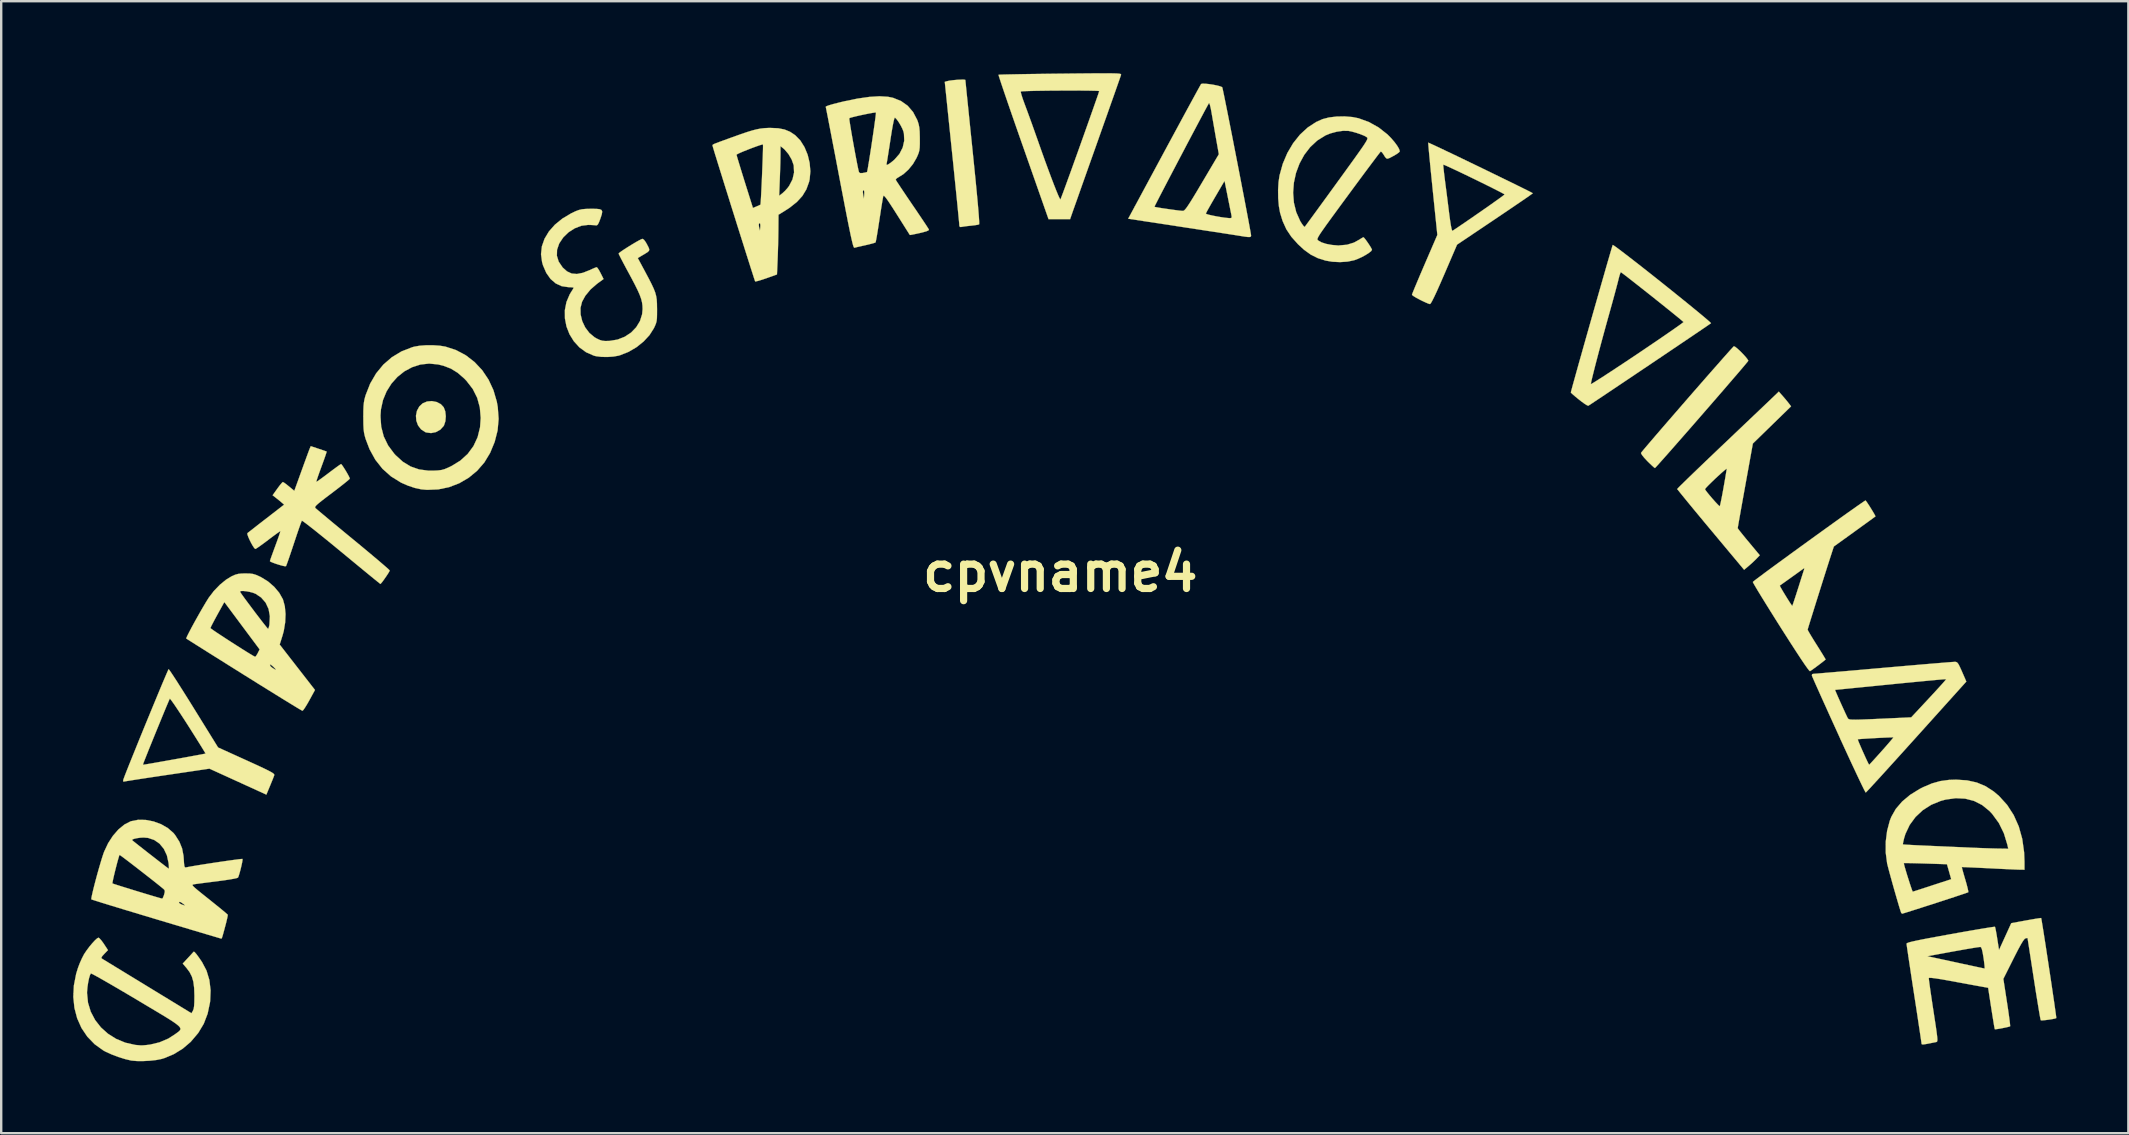
<source format=kicad_pcb>
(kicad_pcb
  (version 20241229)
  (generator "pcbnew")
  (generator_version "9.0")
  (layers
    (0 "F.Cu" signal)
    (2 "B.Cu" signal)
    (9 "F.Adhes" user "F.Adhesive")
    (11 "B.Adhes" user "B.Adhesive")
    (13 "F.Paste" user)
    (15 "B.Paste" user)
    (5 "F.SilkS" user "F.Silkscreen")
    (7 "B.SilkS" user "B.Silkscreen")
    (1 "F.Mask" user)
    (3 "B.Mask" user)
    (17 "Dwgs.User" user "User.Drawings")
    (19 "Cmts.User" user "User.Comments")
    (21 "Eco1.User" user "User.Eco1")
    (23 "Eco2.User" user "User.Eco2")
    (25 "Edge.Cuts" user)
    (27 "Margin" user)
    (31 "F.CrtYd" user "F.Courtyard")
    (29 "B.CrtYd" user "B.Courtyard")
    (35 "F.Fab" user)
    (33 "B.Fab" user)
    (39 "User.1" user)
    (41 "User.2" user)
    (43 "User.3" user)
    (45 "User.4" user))
  (footprint "cpvname4"
    (layer "F.Cu")
    (at 41.134 20.785)
    (property "Reference" "cpvname4" (at 0 0 0) (layer "F.SilkS") (effects (font (size 1.524 1.524) (thickness 0.3))))
    (attr through_hole)
    (fp_poly (pts (xy -25.987 -7.082) (xy -25.813 -6.992) (xy -25.693 -6.863) (xy -25.629 -6.695) (xy -25.606 -6.491) (xy -25.623 -6.284) (xy -25.68 -6.11) (xy -25.691 -6.089) (xy -25.831 -5.932) (xy -26.015 -5.829) (xy -26.22 -5.787) (xy -26.423 -5.814) (xy -26.462 -5.828) (xy -26.638 -5.943) (xy -26.762 -6.106) (xy -26.834 -6.301) (xy -26.85 -6.509) (xy -26.809 -6.713) (xy -26.711 -6.895) (xy -26.57 -7.026) (xy -26.389 -7.103) (xy -26.187 -7.121) (xy -25.987 -7.082)) (stroke (width 0.01) (type solid)) (fill yes) (layer "F.SilkS"))
    (fp_poly (pts (xy -3.966 -20.51) (xy -3.955 -20.502) (xy -3.95 -20.456) (xy -3.938 -20.333) (xy -3.919 -20.141) (xy -3.893 -19.886) (xy -3.861 -19.575) (xy -3.824 -19.214) (xy -3.783 -18.81) (xy -3.738 -18.37) (xy -3.689 -17.9) (xy -3.647 -17.489) (xy -3.582 -16.849) (xy -3.525 -16.284) (xy -3.478 -15.793) (xy -3.439 -15.379) (xy -3.41 -15.041) (xy -3.39 -14.782) (xy -3.379 -14.603) (xy -3.378 -14.505) (xy -3.382 -14.485) (xy -3.442 -14.468) (xy -3.561 -14.449) (xy -3.712 -14.431) (xy -3.721 -14.43) (xy -3.884 -14.413) (xy -4.024 -14.394) (xy -4.112 -14.379) (xy -4.179 -14.375) (xy -4.205 -14.423) (xy -4.208 -14.476) (xy -4.212 -14.536) (xy -4.225 -14.672) (xy -4.245 -14.878) (xy -4.271 -15.145) (xy -4.303 -15.467) (xy -4.34 -15.837) (xy -4.382 -16.248) (xy -4.427 -16.693) (xy -4.475 -17.165) (xy -4.511 -17.509) (xy -4.812 -20.424) (xy -4.713 -20.453) (xy -4.608 -20.475) (xy -4.467 -20.493) (xy -4.31 -20.508) (xy -4.16 -20.516) (xy -4.038 -20.518) (xy -3.966 -20.51)) (stroke (width 0.01) (type solid)) (fill yes) (layer "F.SilkS"))
    (fp_poly (pts (xy 28.122 -9.385) (xy 28.209 -9.317) (xy 28.319 -9.217) (xy 28.435 -9.1) (xy 28.543 -8.984) (xy 28.626 -8.883) (xy 28.669 -8.814) (xy 28.671 -8.797) (xy 28.64 -8.756) (xy 28.56 -8.659) (xy 28.437 -8.513) (xy 28.275 -8.322) (xy 28.079 -8.095) (xy 27.856 -7.836) (xy 27.611 -7.551) (xy 27.348 -7.248) (xy 27.073 -6.931) (xy 26.792 -6.608) (xy 26.509 -6.283) (xy 26.231 -5.964) (xy 25.962 -5.657) (xy 25.707 -5.367) (xy 25.473 -5.1) (xy 25.264 -4.863) (xy 25.086 -4.663) (xy 24.944 -4.504) (xy 24.843 -4.393) (xy 24.789 -4.337) (xy 24.782 -4.33) (xy 24.742 -4.358) (xy 24.658 -4.433) (xy 24.544 -4.542) (xy 24.467 -4.618) (xy 24.338 -4.756) (xy 24.248 -4.868) (xy 24.205 -4.943) (xy 24.203 -4.962) (xy 24.235 -5.004) (xy 24.315 -5.101) (xy 24.44 -5.249) (xy 24.603 -5.44) (xy 24.799 -5.669) (xy 25.023 -5.929) (xy 25.269 -6.214) (xy 25.533 -6.518) (xy 25.808 -6.835) (xy 26.089 -7.159) (xy 26.371 -7.483) (xy 26.649 -7.801) (xy 26.917 -8.108) (xy 27.17 -8.396) (xy 27.403 -8.66) (xy 27.609 -8.894) (xy 27.784 -9.091) (xy 27.922 -9.246) (xy 28.019 -9.351) (xy 28.067 -9.402) (xy 28.072 -9.405) (xy 28.122 -9.385)) (stroke (width 0.01) (type solid)) (fill yes) (layer "F.SilkS"))
    (fp_poly (pts (xy 30.092 -7.349) (xy 30.203 -7.22) (xy 30.311 -7.089) (xy 30.348 -7.042) (xy 30.456 -6.902) (xy 29.659 -6.126) (xy 28.863 -5.351) (xy 28.547 -3.602) (xy 28.48 -3.231) (xy 28.418 -2.886) (xy 28.362 -2.574) (xy 28.315 -2.306) (xy 28.276 -2.089) (xy 28.249 -1.931) (xy 28.234 -1.842) (xy 28.231 -1.826) (xy 28.257 -1.786) (xy 28.327 -1.694) (xy 28.434 -1.56) (xy 28.568 -1.395) (xy 28.692 -1.247) (xy 29.152 -0.695) (xy 29.014 -0.552) (xy 28.9 -0.44) (xy 28.762 -0.314) (xy 28.688 -0.25) (xy 28.499 -0.09) (xy 27.106 -1.758) (xy 26.838 -2.079) (xy 26.588 -2.381) (xy 26.359 -2.657) (xy 26.157 -2.903) (xy 25.987 -3.111) (xy 25.853 -3.276) (xy 25.761 -3.391) (xy 25.718 -3.448) (xy 26.868 -3.448) (xy 26.903 -3.392) (xy 26.976 -3.296) (xy 27.075 -3.176) (xy 27.185 -3.047) (xy 27.295 -2.924) (xy 27.39 -2.822) (xy 27.458 -2.756) (xy 27.485 -2.739) (xy 27.5 -2.788) (xy 27.526 -2.905) (xy 27.561 -3.077) (xy 27.602 -3.291) (xy 27.643 -3.519) (xy 27.685 -3.759) (xy 27.722 -3.971) (xy 27.75 -4.142) (xy 27.769 -4.257) (xy 27.774 -4.302) (xy 27.746 -4.287) (xy 27.667 -4.224) (xy 27.549 -4.121) (xy 27.402 -3.987) (xy 27.315 -3.907) (xy 27.157 -3.755) (xy 27.023 -3.624) (xy 26.925 -3.522) (xy 26.873 -3.46) (xy 26.868 -3.448) (xy 25.718 -3.448) (xy 25.716 -3.451) (xy 25.712 -3.458) (xy 25.742 -3.492) (xy 25.826 -3.578) (xy 25.962 -3.711) (xy 26.142 -3.887) (xy 26.362 -4.1) (xy 26.618 -4.346) (xy 26.903 -4.62) (xy 27.214 -4.916) (xy 27.544 -5.231) (xy 27.628 -5.31) (xy 27.969 -5.634) (xy 28.297 -5.946) (xy 28.606 -6.24) (xy 28.89 -6.51) (xy 29.144 -6.751) (xy 29.361 -6.958) (xy 29.537 -7.125) (xy 29.664 -7.247) (xy 29.738 -7.317) (xy 29.744 -7.323) (xy 29.945 -7.516) (xy 30.092 -7.349)) (stroke (width 0.01) (type solid)) (fill yes) (layer "F.SilkS"))
    (fp_poly (pts (xy -25.853 -9.428) (xy -25.621 -9.39) (xy -25.176 -9.244) (xy -24.769 -9.027) (xy -24.405 -8.745) (xy -24.088 -8.406) (xy -23.825 -8.014) (xy -23.621 -7.576) (xy -23.481 -7.098) (xy -23.441 -6.873) (xy -23.405 -6.378) (xy -23.448 -5.896) (xy -23.57 -5.418) (xy -23.759 -4.962) (xy -23.999 -4.564) (xy -24.299 -4.218) (xy -24.65 -3.928) (xy -25.043 -3.698) (xy -25.469 -3.534) (xy -25.919 -3.441) (xy -26.384 -3.422) (xy -26.628 -3.443) (xy -26.889 -3.499) (xy -27.179 -3.595) (xy -27.463 -3.719) (xy -27.479 -3.728) (xy -27.89 -3.983) (xy -28.244 -4.299) (xy -28.543 -4.677) (xy -28.784 -5.115) (xy -28.946 -5.54) (xy -28.986 -5.68) (xy -29.014 -5.813) (xy -29.031 -5.959) (xy -29.04 -6.139) (xy -29.043 -6.376) (xy -29.043 -6.454) (xy -29.043 -6.496) (xy -28.329 -6.496) (xy -28.298 -6.053) (xy -28.193 -5.648) (xy -28.012 -5.274) (xy -27.754 -4.927) (xy -27.701 -4.869) (xy -27.397 -4.593) (xy -27.072 -4.395) (xy -26.719 -4.272) (xy -26.329 -4.221) (xy -26.116 -4.221) (xy -25.923 -4.231) (xy -25.779 -4.25) (xy -25.65 -4.287) (xy -25.504 -4.349) (xy -25.373 -4.412) (xy -25.001 -4.639) (xy -24.694 -4.918) (xy -24.453 -5.245) (xy -24.28 -5.616) (xy -24.179 -6.028) (xy -24.151 -6.418) (xy -24.188 -6.857) (xy -24.298 -7.258) (xy -24.483 -7.626) (xy -24.746 -7.966) (xy -24.834 -8.058) (xy -25.11 -8.299) (xy -25.391 -8.473) (xy -25.704 -8.593) (xy -25.929 -8.648) (xy -26.301 -8.684) (xy -26.664 -8.644) (xy -27.01 -8.533) (xy -27.332 -8.36) (xy -27.621 -8.129) (xy -27.871 -7.849) (xy -28.074 -7.526) (xy -28.223 -7.166) (xy -28.309 -6.777) (xy -28.329 -6.496) (xy -29.043 -6.496) (xy -29.042 -6.711) (xy -29.034 -6.905) (xy -29.019 -7.059) (xy -28.995 -7.194) (xy -28.958 -7.331) (xy -28.946 -7.37) (xy -28.758 -7.848) (xy -28.511 -8.273) (xy -28.208 -8.641) (xy -27.854 -8.948) (xy -27.454 -9.19) (xy -27.01 -9.363) (xy -26.921 -9.388) (xy -26.697 -9.427) (xy -26.424 -9.447) (xy -26.133 -9.447) (xy -25.853 -9.428)) (stroke (width 0.01) (type solid)) (fill yes) (layer "F.SilkS"))
    (fp_poly (pts (xy -37.128 4.085) (xy -37.061 4.181) (xy -36.959 4.334) (xy -36.826 4.538) (xy -36.669 4.785) (xy -36.49 5.068) (xy -36.294 5.38) (xy -36.109 5.678) (xy -35.096 7.314) (xy -33.913 7.851) (xy -33.579 8.003) (xy -33.315 8.125) (xy -33.111 8.222) (xy -32.962 8.297) (xy -32.859 8.354) (xy -32.794 8.397) (xy -32.762 8.43) (xy -32.753 8.458) (xy -32.755 8.471) (xy -32.782 8.544) (xy -32.832 8.672) (xy -32.898 8.833) (xy -32.932 8.916) (xy -33.084 9.28) (xy -34.27 8.738) (xy -35.456 8.197) (xy -37.184 8.453) (xy -37.556 8.508) (xy -37.904 8.56) (xy -38.22 8.608) (xy -38.493 8.65) (xy -38.716 8.685) (xy -38.879 8.711) (xy -38.972 8.727) (xy -38.991 8.731) (xy -39.046 8.735) (xy -39.051 8.686) (xy -39.044 8.655) (xy -39.02 8.587) (xy -38.97 8.454) (xy -38.895 8.263) (xy -38.8 8.025) (xy -38.226 8.025) (xy -38.223 8.029) (xy -38.208 8.031) (xy -38.173 8.028) (xy -38.11 8.019) (xy -38.012 8.002) (xy -37.87 7.978) (xy -37.676 7.944) (xy -37.423 7.899) (xy -37.102 7.842) (xy -36.792 7.787) (xy -36.492 7.733) (xy -36.221 7.683) (xy -35.987 7.64) (xy -35.802 7.606) (xy -35.677 7.581) (xy -35.621 7.569) (xy -35.619 7.568) (xy -35.638 7.532) (xy -35.697 7.434) (xy -35.79 7.282) (xy -35.913 7.085) (xy -36.06 6.851) (xy -36.226 6.588) (xy -36.343 6.403) (xy -36.52 6.128) (xy -36.684 5.878) (xy -36.828 5.661) (xy -36.948 5.485) (xy -37.038 5.359) (xy -37.093 5.29) (xy -37.107 5.279) (xy -37.128 5.322) (xy -37.175 5.432) (xy -37.245 5.597) (xy -37.332 5.807) (xy -37.433 6.052) (xy -37.543 6.32) (xy -37.658 6.6) (xy -37.773 6.882) (xy -37.884 7.156) (xy -37.987 7.409) (xy -38.076 7.633) (xy -38.148 7.815) (xy -38.199 7.945) (xy -38.223 8.012) (xy -38.225 8.019) (xy -38.226 8.025) (xy -38.8 8.025) (xy -38.799 8.023) (xy -38.686 7.741) (xy -38.559 7.427) (xy -38.422 7.087) (xy -38.277 6.731) (xy -38.128 6.367) (xy -37.978 6.003) (xy -37.831 5.646) (xy -37.69 5.306) (xy -37.559 4.989) (xy -37.441 4.706) (xy -37.338 4.463) (xy -37.255 4.269) (xy -37.196 4.133) (xy -37.162 4.061) (xy -37.156 4.052) (xy -37.128 4.085)) (stroke (width 0.01) (type solid)) (fill yes) (layer "F.SilkS"))
    (fp_poly (pts (xy 15.375 -17.875) (xy 15.48 -17.827) (xy 15.645 -17.751) (xy 15.86 -17.65) (xy 16.117 -17.527) (xy 16.41 -17.388) (xy 16.728 -17.235) (xy 17.065 -17.072) (xy 17.413 -16.905) (xy 17.762 -16.735) (xy 18.106 -16.568) (xy 18.436 -16.407) (xy 18.745 -16.257) (xy 19.023 -16.12) (xy 19.264 -16.001) (xy 19.459 -15.904) (xy 19.599 -15.833) (xy 19.678 -15.791) (xy 19.692 -15.781) (xy 19.658 -15.755) (xy 19.562 -15.686) (xy 19.411 -15.581) (xy 19.211 -15.443) (xy 18.969 -15.279) (xy 18.693 -15.091) (xy 18.388 -14.885) (xy 18.114 -14.7) (xy 16.536 -13.64) (xy 16.003 -12.401) (xy 15.833 -12.011) (xy 15.693 -11.696) (xy 15.58 -11.456) (xy 15.496 -11.289) (xy 15.438 -11.191) (xy 15.407 -11.163) (xy 15.343 -11.181) (xy 15.227 -11.23) (xy 15.077 -11.3) (xy 15.001 -11.338) (xy 14.85 -11.418) (xy 14.733 -11.488) (xy 14.667 -11.538) (xy 14.657 -11.552) (xy 14.673 -11.599) (xy 14.718 -11.713) (xy 14.789 -11.885) (xy 14.881 -12.104) (xy 14.99 -12.363) (xy 15.113 -12.65) (xy 15.186 -12.82) (xy 15.715 -14.045) (xy 15.518 -15.961) (xy 15.479 -16.35) (xy 15.442 -16.714) (xy 15.421 -16.931) (xy 15.962 -16.931) (xy 15.972 -16.819) (xy 15.99 -16.653) (xy 16.015 -16.447) (xy 16.031 -16.319) (xy 16.067 -16.043) (xy 16.109 -15.719) (xy 16.152 -15.379) (xy 16.192 -15.058) (xy 16.207 -14.937) (xy 16.244 -14.662) (xy 16.277 -14.447) (xy 16.307 -14.298) (xy 16.331 -14.222) (xy 16.342 -14.214) (xy 16.386 -14.241) (xy 16.489 -14.309) (xy 16.644 -14.414) (xy 16.841 -14.548) (xy 17.071 -14.706) (xy 17.327 -14.883) (xy 17.447 -14.966) (xy 17.709 -15.148) (xy 17.949 -15.316) (xy 18.157 -15.464) (xy 18.325 -15.584) (xy 18.445 -15.673) (xy 18.509 -15.723) (xy 18.517 -15.731) (xy 18.483 -15.755) (xy 18.384 -15.809) (xy 18.231 -15.888) (xy 18.034 -15.988) (xy 17.804 -16.103) (xy 17.551 -16.228) (xy 17.286 -16.358) (xy 17.018 -16.488) (xy 16.76 -16.612) (xy 16.521 -16.726) (xy 16.311 -16.824) (xy 16.142 -16.902) (xy 16.023 -16.954) (xy 15.966 -16.975) (xy 15.962 -16.975) (xy 15.962 -16.931) (xy 15.421 -16.931) (xy 15.41 -17.044) (xy 15.382 -17.331) (xy 15.36 -17.567) (xy 15.345 -17.745) (xy 15.336 -17.855) (xy 15.336 -17.89) (xy 15.375 -17.875)) (stroke (width 0.01) (type solid)) (fill yes) (layer "F.SilkS"))
    (fp_poly (pts (xy 2.109 -20.779) (xy 2.261 -20.776) (xy 2.373 -20.772) (xy 2.45 -20.765) (xy 2.498 -20.757) (xy 2.524 -20.746) (xy 2.534 -20.733) (xy 2.533 -20.717) (xy 2.532 -20.712) (xy 2.515 -20.66) (xy 2.472 -20.537) (xy 2.406 -20.348) (xy 2.319 -20.099) (xy 2.213 -19.799) (xy 2.09 -19.452) (xy 1.954 -19.065) (xy 1.805 -18.645) (xy 1.647 -18.199) (xy 1.521 -17.842) (xy 1.356 -17.377) (xy 1.197 -16.93) (xy 1.048 -16.51) (xy 0.911 -16.123) (xy 0.788 -15.775) (xy 0.682 -15.474) (xy 0.594 -15.227) (xy 0.527 -15.039) (xy 0.485 -14.918) (xy 0.47 -14.876) (xy 0.409 -14.699) (xy -0.487 -14.699) (xy -1.54 -17.698) (xy -1.708 -18.176) (xy -1.867 -18.631) (xy -2.015 -19.057) (xy -2.15 -19.448) (xy -2.27 -19.798) (xy -2.346 -20.021) (xy -1.645 -20.021) (xy -1.641 -19.975) (xy -1.611 -19.865) (xy -1.56 -19.707) (xy -1.491 -19.516) (xy -1.462 -19.438) (xy -1.384 -19.229) (xy -1.287 -18.963) (xy -1.177 -18.66) (xy -1.064 -18.342) (xy -0.954 -18.031) (xy -0.924 -17.947) (xy -0.777 -17.53) (xy -0.635 -17.134) (xy -0.5 -16.766) (xy -0.376 -16.433) (xy -0.264 -16.141) (xy -0.168 -15.897) (xy -0.09 -15.709) (xy -0.033 -15.583) (xy 0.001 -15.526) (xy 0.007 -15.524) (xy 0.026 -15.567) (xy 0.07 -15.682) (xy 0.137 -15.861) (xy 0.224 -16.097) (xy 0.328 -16.384) (xy 0.448 -16.713) (xy 0.579 -17.079) (xy 0.721 -17.473) (xy 0.83 -17.778) (xy 0.976 -18.188) (xy 1.114 -18.576) (xy 1.24 -18.933) (xy 1.353 -19.253) (xy 1.449 -19.527) (xy 1.527 -19.75) (xy 1.584 -19.914) (xy 1.616 -20.013) (xy 1.624 -20.038) (xy 1.584 -20.046) (xy 1.472 -20.052) (xy 1.298 -20.056) (xy 1.074 -20.06) (xy 0.809 -20.061) (xy 0.516 -20.062) (xy 0.204 -20.062) (xy -0.115 -20.06) (xy -0.43 -20.058) (xy -0.731 -20.054) (xy -1.007 -20.05) (xy -1.246 -20.044) (xy -1.439 -20.038) (xy -1.574 -20.031) (xy -1.64 -20.023) (xy -1.645 -20.021) (xy -2.346 -20.021) (xy -2.373 -20.101) (xy -2.457 -20.35) (xy -2.519 -20.539) (xy -2.559 -20.664) (xy -2.573 -20.716) (xy -2.572 -20.718) (xy -2.528 -20.722) (xy -2.408 -20.727) (xy -2.219 -20.732) (xy -1.968 -20.737) (xy -1.662 -20.743) (xy -1.31 -20.749) (xy -0.917 -20.754) (xy -0.491 -20.76) (xy -0.04 -20.765) (xy 0.001 -20.765) (xy 0.525 -20.771) (xy 0.972 -20.775) (xy 1.348 -20.778) (xy 1.659 -20.78) (xy 1.91 -20.78) (xy 2.109 -20.779)) (stroke (width 0.01) (type solid)) (fill yes) (layer "F.SilkS"))
    (fp_poly (pts (xy 33.594 -2.937) (xy 33.656 -2.847) (xy 33.735 -2.726) (xy 33.817 -2.593) (xy 33.892 -2.469) (xy 33.948 -2.371) (xy 33.972 -2.318) (xy 33.972 -2.314) (xy 33.936 -2.288) (xy 33.844 -2.221) (xy 33.707 -2.121) (xy 33.535 -1.997) (xy 33.34 -1.856) (xy 33.132 -1.705) (xy 32.923 -1.554) (xy 32.724 -1.411) (xy 32.545 -1.282) (xy 32.398 -1.176) (xy 32.294 -1.101) (xy 32.244 -1.065) (xy 32.241 -1.063) (xy 32.226 -1.024) (xy 32.19 -0.914) (xy 32.135 -0.745) (xy 32.064 -0.526) (xy 31.981 -0.267) (xy 31.889 0.023) (xy 31.791 0.332) (xy 31.69 0.652) (xy 31.589 0.973) (xy 31.491 1.284) (xy 31.4 1.577) (xy 31.318 1.84) (xy 31.248 2.064) (xy 31.194 2.24) (xy 31.159 2.356) (xy 31.146 2.405) (xy 31.146 2.405) (xy 31.167 2.451) (xy 31.226 2.555) (xy 31.315 2.704) (xy 31.427 2.886) (xy 31.521 3.035) (xy 31.645 3.232) (xy 31.751 3.403) (xy 31.833 3.537) (xy 31.883 3.622) (xy 31.896 3.646) (xy 31.865 3.675) (xy 31.784 3.74) (xy 31.671 3.827) (xy 31.542 3.924) (xy 31.416 4.016) (xy 31.31 4.092) (xy 31.244 4.136) (xy 31.21 4.108) (xy 31.134 4.01) (xy 31.017 3.845) (xy 30.861 3.613) (xy 30.666 3.316) (xy 30.433 2.956) (xy 30.164 2.535) (xy 30.022 2.312) (xy 29.798 1.957) (xy 29.589 1.623) (xy 29.398 1.316) (xy 29.23 1.044) (xy 29.088 0.812) (xy 28.978 0.627) (xy 28.944 0.568) (xy 29.985 0.568) (xy 30 0.605) (xy 30.05 0.694) (xy 30.124 0.821) (xy 30.212 0.966) (xy 30.304 1.115) (xy 30.389 1.25) (xy 30.458 1.354) (xy 30.499 1.41) (xy 30.505 1.416) (xy 30.521 1.378) (xy 30.557 1.273) (xy 30.61 1.114) (xy 30.676 0.911) (xy 30.75 0.679) (xy 30.751 0.677) (xy 30.826 0.439) (xy 30.893 0.227) (xy 30.948 0.054) (xy 30.986 -0.067) (xy 31.004 -0.12) (xy 31.004 -0.156) (xy 30.97 -0.138) (xy 30.918 -0.1) (xy 30.812 -0.023) (xy 30.667 0.081) (xy 30.498 0.202) (xy 30.459 0.23) (xy 30.29 0.351) (xy 30.147 0.453) (xy 30.042 0.528) (xy 29.989 0.566) (xy 29.985 0.568) (xy 28.944 0.568) (xy 28.902 0.497) (xy 28.866 0.427) (xy 28.863 0.418) (xy 28.898 0.386) (xy 28.994 0.311) (xy 29.145 0.198) (xy 29.342 0.05) (xy 29.581 -0.126) (xy 29.854 -0.326) (xy 30.154 -0.545) (xy 30.476 -0.78) (xy 30.811 -1.023) (xy 31.155 -1.272) (xy 31.499 -1.521) (xy 31.838 -1.765) (xy 32.165 -2) (xy 32.473 -2.221) (xy 32.755 -2.423) (xy 33.006 -2.6) (xy 33.218 -2.75) (xy 33.384 -2.865) (xy 33.498 -2.943) (xy 33.554 -2.978) (xy 33.559 -2.979) (xy 33.594 -2.937)) (stroke (width 0.01) (type solid)) (fill yes) (layer "F.SilkS"))
    (fp_poly (pts (xy 23.061 -13.608) (xy 23.157 -13.541) (xy 23.307 -13.43) (xy 23.505 -13.28) (xy 23.746 -13.094) (xy 24.024 -12.879) (xy 24.334 -12.636) (xy 24.669 -12.372) (xy 25.024 -12.09) (xy 25.102 -12.028) (xy 25.46 -11.741) (xy 25.797 -11.47) (xy 26.108 -11.219) (xy 26.387 -10.991) (xy 26.629 -10.792) (xy 26.829 -10.626) (xy 26.98 -10.497) (xy 27.079 -10.41) (xy 27.118 -10.369) (xy 27.119 -10.366) (xy 27.076 -10.336) (xy 26.972 -10.264) (xy 26.812 -10.155) (xy 26.603 -10.013) (xy 26.352 -9.843) (xy 26.066 -9.65) (xy 25.75 -9.437) (xy 25.412 -9.209) (xy 25.058 -8.97) (xy 24.695 -8.726) (xy 24.33 -8.481) (xy 23.969 -8.238) (xy 23.619 -8.003) (xy 23.286 -7.78) (xy 22.978 -7.573) (xy 22.7 -7.387) (xy 22.46 -7.227) (xy 22.263 -7.096) (xy 22.118 -6.999) (xy 22.029 -6.942) (xy 22.005 -6.926) (xy 21.954 -6.944) (xy 21.856 -7.004) (xy 21.726 -7.098) (xy 21.617 -7.183) (xy 21.477 -7.297) (xy 21.365 -7.393) (xy 21.295 -7.458) (xy 21.278 -7.479) (xy 21.289 -7.526) (xy 21.321 -7.646) (xy 21.37 -7.828) (xy 22.11 -7.828) (xy 22.144 -7.842) (xy 22.24 -7.898) (xy 22.393 -7.994) (xy 22.597 -8.124) (xy 22.844 -8.285) (xy 23.13 -8.472) (xy 23.448 -8.682) (xy 23.792 -8.911) (xy 24.048 -9.082) (xy 24.406 -9.324) (xy 24.743 -9.552) (xy 25.052 -9.762) (xy 25.326 -9.951) (xy 25.56 -10.113) (xy 25.748 -10.245) (xy 25.883 -10.342) (xy 25.959 -10.4) (xy 25.974 -10.415) (xy 25.939 -10.447) (xy 25.848 -10.524) (xy 25.709 -10.639) (xy 25.53 -10.784) (xy 25.319 -10.954) (xy 25.086 -11.141) (xy 24.838 -11.339) (xy 24.585 -11.541) (xy 24.334 -11.739) (xy 24.095 -11.928) (xy 23.876 -12.1) (xy 23.684 -12.25) (xy 23.53 -12.369) (xy 23.421 -12.451) (xy 23.366 -12.49) (xy 23.361 -12.492) (xy 23.339 -12.454) (xy 23.306 -12.355) (xy 23.268 -12.213) (xy 23.258 -12.169) (xy 23.227 -12.046) (xy 23.177 -11.857) (xy 23.112 -11.614) (xy 23.035 -11.33) (xy 22.949 -11.02) (xy 22.859 -10.696) (xy 22.834 -10.608) (xy 22.735 -10.251) (xy 22.635 -9.886) (xy 22.537 -9.524) (xy 22.443 -9.172) (xy 22.356 -8.842) (xy 22.278 -8.541) (xy 22.213 -8.281) (xy 22.161 -8.071) (xy 22.126 -7.919) (xy 22.111 -7.836) (xy 22.11 -7.828) (xy 21.37 -7.828) (xy 21.371 -7.83) (xy 21.438 -8.071) (xy 21.519 -8.362) (xy 21.612 -8.696) (xy 21.716 -9.063) (xy 21.827 -9.458) (xy 21.944 -9.872) (xy 22.065 -10.298) (xy 22.187 -10.729) (xy 22.309 -11.156) (xy 22.428 -11.573) (xy 22.542 -11.972) (xy 22.649 -12.345) (xy 22.746 -12.685) (xy 22.833 -12.985) (xy 22.906 -13.236) (xy 22.963 -13.431) (xy 23.003 -13.563) (xy 23.022 -13.624) (xy 23.024 -13.628) (xy 23.061 -13.608)) (stroke (width 0.01) (type solid)) (fill yes) (layer "F.SilkS"))
    (fp_poly (pts (xy -40.033 15.273) (xy -39.957 15.359) (xy -39.868 15.481) (xy -39.855 15.5) (xy -39.685 15.76) (xy -39.84 15.919) (xy -39.927 16.015) (xy -39.959 16.073) (xy -39.944 16.108) (xy -39.932 16.116) (xy -39.885 16.145) (xy -39.774 16.213) (xy -39.606 16.315) (xy -39.388 16.449) (xy -39.126 16.608) (xy -38.828 16.79) (xy -38.5 16.99) (xy -38.149 17.204) (xy -38.038 17.272) (xy -36.205 18.39) (xy -36.143 18.283) (xy -36.114 18.208) (xy -36.095 18.092) (xy -36.085 17.921) (xy -36.082 17.681) (xy -36.082 17.655) (xy -36.093 17.335) (xy -36.126 17.077) (xy -36.187 16.864) (xy -36.282 16.677) (xy -36.415 16.498) (xy -36.419 16.495) (xy -36.568 16.32) (xy -36.348 16.082) (xy -36.241 15.967) (xy -36.159 15.876) (xy -36.114 15.827) (xy -36.111 15.824) (xy -36.075 15.839) (xy -36 15.925) (xy -35.887 16.078) (xy -35.765 16.257) (xy -35.579 16.61) (xy -35.459 17.005) (xy -35.408 17.433) (xy -35.426 17.883) (xy -35.434 17.942) (xy -35.532 18.409) (xy -35.693 18.829) (xy -35.923 19.212) (xy -36.229 19.573) (xy -36.247 19.591) (xy -36.572 19.868) (xy -36.944 20.096) (xy -37.338 20.261) (xy -37.455 20.296) (xy -37.671 20.339) (xy -37.934 20.368) (xy -38.214 20.383) (xy -38.479 20.382) (xy -38.698 20.363) (xy -38.723 20.359) (xy -38.971 20.3) (xy -39.251 20.213) (xy -39.53 20.107) (xy -39.776 19.996) (xy -39.879 19.94) (xy -40.242 19.679) (xy -40.546 19.364) (xy -40.789 19.003) (xy -40.968 18.602) (xy -41.082 18.169) (xy -41.129 17.71) (xy -41.121 17.552) (xy -40.557 17.552) (xy -40.517 17.95) (xy -40.403 18.325) (xy -40.221 18.671) (xy -39.979 18.98) (xy -39.683 19.245) (xy -39.342 19.459) (xy -38.961 19.617) (xy -38.549 19.71) (xy -38.308 19.731) (xy -38.214 19.727) (xy -38.07 19.714) (xy -37.922 19.695) (xy -37.536 19.602) (xy -37.17 19.446) (xy -36.909 19.279) (xy -36.824 19.218) (xy -36.753 19.166) (xy -36.7 19.12) (xy -36.669 19.074) (xy -36.664 19.026) (xy -36.691 18.971) (xy -36.753 18.905) (xy -36.855 18.823) (xy -37.003 18.721) (xy -37.199 18.596) (xy -37.449 18.444) (xy -37.757 18.259) (xy -38.128 18.038) (xy -38.484 17.825) (xy -38.845 17.611) (xy -39.183 17.412) (xy -39.494 17.23) (xy -39.77 17.071) (xy -40.004 16.937) (xy -40.189 16.834) (xy -40.32 16.764) (xy -40.389 16.732) (xy -40.398 16.73) (xy -40.436 16.805) (xy -40.476 16.939) (xy -40.511 17.112) (xy -40.539 17.299) (xy -40.555 17.479) (xy -40.557 17.552) (xy -41.121 17.552) (xy -41.105 17.233) (xy -41.01 16.745) (xy -40.934 16.499) (xy -40.86 16.304) (xy -40.771 16.105) (xy -40.687 15.942) (xy -40.676 15.923) (xy -40.577 15.775) (xy -40.461 15.619) (xy -40.339 15.473) (xy -40.226 15.351) (xy -40.135 15.269) (xy -40.08 15.24) (xy -40.033 15.273)) (stroke (width 0.01) (type solid)) (fill yes) (layer "F.SilkS"))
    (fp_poly (pts (xy 6.048 -20.346) (xy 6.202 -20.33) (xy 6.37 -20.305) (xy 6.531 -20.273) (xy 6.661 -20.239) (xy 6.74 -20.206) (xy 6.751 -20.195) (xy 6.764 -20.146) (xy 6.79 -20.024) (xy 6.83 -19.835) (xy 6.88 -19.587) (xy 6.94 -19.289) (xy 7.008 -18.949) (xy 7.082 -18.573) (xy 7.162 -18.17) (xy 7.244 -17.748) (xy 7.329 -17.314) (xy 7.414 -16.877) (xy 7.498 -16.443) (xy 7.579 -16.022) (xy 7.657 -15.62) (xy 7.728 -15.246) (xy 7.792 -14.907) (xy 7.848 -14.611) (xy 7.893 -14.366) (xy 7.927 -14.179) (xy 7.947 -14.059) (xy 7.953 -14.016) (xy 7.943 -13.978) (xy 7.904 -13.959) (xy 7.821 -13.958) (xy 7.682 -13.975) (xy 7.516 -14.002) (xy 7.427 -14.016) (xy 7.265 -14.042) (xy 7.038 -14.077) (xy 6.754 -14.121) (xy 6.423 -14.172) (xy 6.053 -14.228) (xy 5.652 -14.29) (xy 5.23 -14.354) (xy 5.049 -14.382) (xy 2.831 -14.72) (xy 2.947 -14.935) (xy 6.067 -14.935) (xy 6.102 -14.913) (xy 6.201 -14.884) (xy 6.346 -14.851) (xy 6.519 -14.817) (xy 6.7 -14.786) (xy 6.873 -14.761) (xy 7.018 -14.747) (xy 7.046 -14.745) (xy 7.122 -14.749) (xy 7.145 -14.785) (xy 7.132 -14.876) (xy 7.115 -14.963) (xy 7.084 -15.114) (xy 7.045 -15.311) (xy 6.999 -15.536) (xy 6.976 -15.655) (xy 6.847 -16.298) (xy 6.461 -15.638) (xy 6.338 -15.426) (xy 6.23 -15.237) (xy 6.144 -15.084) (xy 6.088 -14.979) (xy 6.067 -14.935) (xy 2.947 -14.935) (xy 3.099 -15.217) (xy 3.925 -15.217) (xy 3.973 -15.205) (xy 4.085 -15.185) (xy 4.242 -15.159) (xy 4.428 -15.132) (xy 4.622 -15.104) (xy 4.807 -15.079) (xy 4.964 -15.059) (xy 5.075 -15.048) (xy 5.116 -15.046) (xy 5.15 -15.057) (xy 5.191 -15.092) (xy 5.246 -15.156) (xy 5.318 -15.258) (xy 5.413 -15.403) (xy 5.534 -15.598) (xy 5.687 -15.851) (xy 5.875 -16.168) (xy 5.912 -16.23) (xy 6.609 -17.408) (xy 6.489 -18.083) (xy 6.442 -18.351) (xy 6.394 -18.627) (xy 6.349 -18.886) (xy 6.312 -19.101) (xy 6.301 -19.166) (xy 6.269 -19.334) (xy 6.238 -19.461) (xy 6.212 -19.532) (xy 6.199 -19.54) (xy 6.174 -19.498) (xy 6.115 -19.391) (xy 6.026 -19.227) (xy 5.912 -19.013) (xy 5.776 -18.758) (xy 5.623 -18.469) (xy 5.456 -18.154) (xy 5.28 -17.821) (xy 5.1 -17.478) (xy 4.918 -17.133) (xy 4.74 -16.793) (xy 4.569 -16.467) (xy 4.41 -16.162) (xy 4.266 -15.886) (xy 4.142 -15.648) (xy 4.043 -15.454) (xy 3.971 -15.313) (xy 3.931 -15.233) (xy 3.925 -15.217) (xy 3.099 -15.217) (xy 4.334 -17.51) (xy 4.575 -17.956) (xy 4.805 -18.381) (xy 5.02 -18.779) (xy 5.218 -19.145) (xy 5.396 -19.472) (xy 5.55 -19.755) (xy 5.678 -19.989) (xy 5.776 -20.167) (xy 5.841 -20.284) (xy 5.87 -20.334) (xy 5.871 -20.335) (xy 5.93 -20.349) (xy 6.048 -20.346)) (stroke (width 0.01) (type solid)) (fill yes) (layer "F.SilkS"))
    (fp_poly (pts (xy -33.777 0.066) (xy -33.642 0.083) (xy -33.515 0.122) (xy -33.362 0.19) (xy -33.304 0.218) (xy -33.019 0.393) (xy -32.761 0.616) (xy -32.549 0.867) (xy -32.4 1.13) (xy -32.39 1.153) (xy -32.315 1.429) (xy -32.285 1.753) (xy -32.3 2.102) (xy -32.358 2.456) (xy -32.41 2.648) (xy -32.529 3.026) (xy -31.794 3.972) (xy -31.058 4.918) (xy -31.296 5.353) (xy -31.392 5.522) (xy -31.478 5.66) (xy -31.544 5.753) (xy -31.58 5.786) (xy -31.622 5.764) (xy -31.729 5.702) (xy -31.894 5.602) (xy -32.112 5.469) (xy -32.378 5.306) (xy -32.684 5.117) (xy -33.026 4.905) (xy -33.397 4.675) (xy -33.791 4.428) (xy -34.014 4.29) (xy -34.418 4.036) (xy -34.675 3.875) (xy -32.937 3.875) (xy -32.904 3.937) (xy -32.825 4.002) (xy -32.822 4.004) (xy -32.734 4.057) (xy -32.696 4.076) (xy -32.687 4.072) (xy -32.687 4.068) (xy -32.714 4.034) (xy -32.782 3.964) (xy -32.812 3.935) (xy -32.895 3.866) (xy -32.934 3.863) (xy -32.937 3.875) (xy -34.675 3.875) (xy -34.801 3.796) (xy -35.158 3.572) (xy -35.482 3.369) (xy -35.767 3.189) (xy -36.009 3.037) (xy -36.2 2.916) (xy -36.336 2.83) (xy -36.41 2.782) (xy -36.423 2.774) (xy -36.411 2.732) (xy -36.363 2.63) (xy -36.287 2.481) (xy -36.211 2.338) (xy -35.414 2.338) (xy -35.381 2.368) (xy -35.288 2.434) (xy -35.147 2.53) (xy -34.969 2.648) (xy -34.765 2.781) (xy -34.547 2.922) (xy -34.325 3.064) (xy -34.111 3.2) (xy -33.917 3.322) (xy -33.753 3.422) (xy -33.631 3.495) (xy -33.561 3.532) (xy -33.552 3.536) (xy -33.516 3.504) (xy -33.463 3.422) (xy -33.443 3.383) (xy -33.365 3.227) (xy -34.1 2.241) (xy -34.835 1.254) (xy -35.125 1.777) (xy -35.228 1.967) (xy -35.315 2.131) (xy -35.379 2.256) (xy -35.411 2.328) (xy -35.414 2.338) (xy -36.211 2.338) (xy -36.189 2.295) (xy -36.075 2.086) (xy -35.952 1.866) (xy -35.827 1.645) (xy -35.706 1.437) (xy -35.597 1.253) (xy -35.505 1.106) (xy -35.475 1.06) (xy -35.289 0.818) (xy -34.182 0.818) (xy -34.181 0.824) (xy -34.151 0.874) (xy -34.08 0.975) (xy -33.977 1.118) (xy -33.849 1.29) (xy -33.707 1.48) (xy -33.559 1.678) (xy -33.412 1.87) (xy -33.277 2.046) (xy -33.16 2.195) (xy -33.072 2.305) (xy -33.021 2.364) (xy -33.012 2.371) (xy -32.99 2.336) (xy -32.965 2.243) (xy -32.955 2.184) (xy -32.938 1.845) (xy -32.992 1.542) (xy -33.114 1.28) (xy -33.302 1.064) (xy -33.532 0.91) (xy -33.644 0.866) (xy -33.782 0.83) (xy -33.925 0.804) (xy -34.053 0.792) (xy -34.146 0.796) (xy -34.182 0.818) (xy -35.289 0.818) (xy -35.263 0.785) (xy -35.02 0.533) (xy -34.764 0.323) (xy -34.531 0.181) (xy -34.387 0.117) (xy -34.257 0.081) (xy -34.105 0.065) (xy -33.955 0.063) (xy -33.777 0.066)) (stroke (width 0.01) (type solid)) (fill yes) (layer "F.SilkS"))
    (fp_poly (pts (xy -11.754 -18.49) (xy -11.489 -18.438) (xy -11.259 -18.343) (xy -11.044 -18.199) (xy -10.832 -17.981) (xy -10.658 -17.704) (xy -10.527 -17.387) (xy -10.444 -17.046) (xy -10.414 -16.699) (xy -10.443 -16.365) (xy -10.468 -16.254) (xy -10.58 -15.945) (xy -10.746 -15.67) (xy -10.975 -15.419) (xy -11.274 -15.181) (xy -11.456 -15.063) (xy -11.742 -14.886) (xy -11.747 -14.241) (xy -11.751 -13.949) (xy -11.758 -13.622) (xy -11.768 -13.298) (xy -11.778 -13.015) (xy -11.779 -12.997) (xy -11.805 -12.398) (xy -12.251 -12.238) (xy -12.429 -12.178) (xy -12.577 -12.133) (xy -12.677 -12.109) (xy -12.714 -12.108) (xy -12.731 -12.155) (xy -12.77 -12.273) (xy -12.828 -12.455) (xy -12.905 -12.693) (xy -12.995 -12.978) (xy -13.099 -13.305) (xy -13.212 -13.664) (xy -13.333 -14.047) (xy -13.46 -14.448) (xy -13.47 -14.48) (xy -12.564 -14.48) (xy -12.553 -14.379) (xy -12.549 -14.358) (xy -12.514 -14.22) (xy -12.5 -14.359) (xy -12.497 -14.46) (xy -12.508 -14.52) (xy -12.51 -14.522) (xy -12.548 -14.533) (xy -12.564 -14.48) (xy -13.47 -14.48) (xy -13.588 -14.858) (xy -13.718 -15.269) (xy -13.844 -15.675) (xy -13.967 -16.066) (xy -14.082 -16.435) (xy -14.188 -16.775) (xy -14.282 -17.077) (xy -14.361 -17.334) (xy -14.378 -17.388) (xy -13.491 -17.388) (xy -13.479 -17.339) (xy -13.445 -17.222) (xy -13.392 -17.046) (xy -13.324 -16.823) (xy -13.244 -16.563) (xy -13.155 -16.277) (xy -13.149 -16.258) (xy -12.807 -15.169) (xy -12.66 -15.23) (xy -12.56 -15.273) (xy -12.499 -15.304) (xy -12.494 -15.308) (xy -12.488 -15.352) (xy -12.479 -15.467) (xy -12.469 -15.64) (xy -12.467 -15.677) (xy -11.714 -15.677) (xy -11.573 -15.786) (xy -11.465 -15.886) (xy -11.35 -16.018) (xy -11.299 -16.088) (xy -11.158 -16.358) (xy -11.093 -16.644) (xy -11.106 -16.931) (xy -11.113 -16.963) (xy -11.193 -17.187) (xy -11.324 -17.412) (xy -11.484 -17.601) (xy -11.545 -17.655) (xy -11.659 -17.744) (xy -11.659 -17.415) (xy -11.661 -17.257) (xy -11.665 -17.039) (xy -11.673 -16.786) (xy -11.682 -16.519) (xy -11.687 -16.381) (xy -11.714 -15.677) (xy -12.467 -15.677) (xy -12.458 -15.859) (xy -12.446 -16.11) (xy -12.433 -16.382) (xy -12.422 -16.663) (xy -12.411 -16.938) (xy -12.401 -17.197) (xy -12.393 -17.426) (xy -12.388 -17.613) (xy -12.386 -17.745) (xy -12.388 -17.81) (xy -12.389 -17.815) (xy -12.433 -17.809) (xy -12.537 -17.778) (xy -12.683 -17.727) (xy -12.855 -17.664) (xy -13.034 -17.594) (xy -13.205 -17.526) (xy -13.349 -17.464) (xy -13.45 -17.416) (xy -13.491 -17.389) (xy -13.491 -17.388) (xy -14.378 -17.388) (xy -14.424 -17.538) (xy -14.467 -17.682) (xy -14.488 -17.757) (xy -14.49 -17.766) (xy -14.491 -17.783) (xy -14.485 -17.798) (xy -14.463 -17.815) (xy -14.416 -17.839) (xy -14.333 -17.872) (xy -14.204 -17.921) (xy -14.021 -17.988) (xy -13.772 -18.078) (xy -13.671 -18.115) (xy -13.335 -18.235) (xy -13.063 -18.328) (xy -12.84 -18.397) (xy -12.652 -18.445) (xy -12.485 -18.477) (xy -12.325 -18.495) (xy -12.159 -18.503) (xy -12.075 -18.504) (xy -11.754 -18.49)) (stroke (width 0.01) (type solid)) (fill yes) (layer "F.SilkS"))
    (fp_poly (pts (xy 12.18 -18.957) (xy 12.433 -18.906) (xy 12.861 -18.75) (xy 13.267 -18.524) (xy 13.629 -18.239) (xy 13.634 -18.235) (xy 13.79 -18.077) (xy 13.93 -17.914) (xy 14.043 -17.76) (xy 14.119 -17.63) (xy 14.148 -17.538) (xy 14.145 -17.517) (xy 14.1 -17.472) (xy 14.002 -17.404) (xy 13.87 -17.328) (xy 13.865 -17.325) (xy 13.729 -17.253) (xy 13.643 -17.222) (xy 13.584 -17.238) (xy 13.529 -17.305) (xy 13.46 -17.416) (xy 13.403 -17.492) (xy 13.359 -17.521) (xy 13.357 -17.52) (xy 13.327 -17.485) (xy 13.252 -17.39) (xy 13.138 -17.239) (xy 12.988 -17.04) (xy 12.807 -16.798) (xy 12.6 -16.52) (xy 12.372 -16.212) (xy 12.127 -15.88) (xy 11.993 -15.698) (xy 11.703 -15.304) (xy 11.459 -14.971) (xy 11.257 -14.694) (xy 11.093 -14.468) (xy 10.965 -14.287) (xy 10.867 -14.146) (xy 10.797 -14.039) (xy 10.752 -13.961) (xy 10.726 -13.906) (xy 10.718 -13.868) (xy 10.722 -13.843) (xy 10.736 -13.825) (xy 10.749 -13.814) (xy 10.885 -13.736) (xy 11.081 -13.672) (xy 11.313 -13.628) (xy 11.558 -13.607) (xy 11.616 -13.607) (xy 11.948 -13.636) (xy 12.238 -13.725) (xy 12.46 -13.847) (xy 12.557 -13.909) (xy 12.623 -13.945) (xy 12.634 -13.949) (xy 12.671 -13.917) (xy 12.736 -13.835) (xy 12.814 -13.725) (xy 12.893 -13.607) (xy 12.956 -13.503) (xy 12.989 -13.435) (xy 12.991 -13.425) (xy 12.956 -13.37) (xy 12.86 -13.294) (xy 12.723 -13.207) (xy 12.561 -13.12) (xy 12.392 -13.043) (xy 12.248 -12.99) (xy 11.974 -12.933) (xy 11.659 -12.912) (xy 11.335 -12.928) (xy 11.059 -12.975) (xy 10.735 -13.077) (xy 10.442 -13.223) (xy 10.16 -13.426) (xy 9.909 -13.657) (xy 9.633 -13.965) (xy 9.423 -14.279) (xy 9.266 -14.626) (xy 9.161 -14.968) (xy 9.111 -15.244) (xy 9.083 -15.569) (xy 9.08 -15.802) (xy 9.704 -15.802) (xy 9.736 -15.391) (xy 9.833 -14.995) (xy 9.998 -14.626) (xy 10.051 -14.539) (xy 10.119 -14.441) (xy 10.171 -14.385) (xy 10.189 -14.38) (xy 10.217 -14.418) (xy 10.289 -14.516) (xy 10.401 -14.669) (xy 10.549 -14.871) (xy 10.727 -15.115) (xy 10.931 -15.396) (xy 11.157 -15.706) (xy 11.4 -16.041) (xy 11.535 -16.227) (xy 11.823 -16.624) (xy 12.065 -16.959) (xy 12.266 -17.237) (xy 12.428 -17.465) (xy 12.556 -17.647) (xy 12.653 -17.789) (xy 12.722 -17.897) (xy 12.768 -17.975) (xy 12.793 -18.031) (xy 12.801 -18.068) (xy 12.796 -18.093) (xy 12.782 -18.11) (xy 12.773 -18.118) (xy 12.672 -18.176) (xy 12.516 -18.24) (xy 12.333 -18.302) (xy 12.15 -18.353) (xy 12.011 -18.38) (xy 11.786 -18.384) (xy 11.524 -18.347) (xy 11.259 -18.276) (xy 11.052 -18.192) (xy 10.712 -17.98) (xy 10.417 -17.706) (xy 10.168 -17.382) (xy 9.97 -17.019) (xy 9.824 -16.627) (xy 9.735 -16.218) (xy 9.704 -15.802) (xy 9.08 -15.802) (xy 9.078 -15.913) (xy 9.097 -16.244) (xy 9.138 -16.522) (xy 9.273 -17.009) (xy 9.464 -17.459) (xy 9.705 -17.867) (xy 9.99 -18.224) (xy 10.312 -18.521) (xy 10.665 -18.752) (xy 10.93 -18.87) (xy 11.199 -18.94) (xy 11.516 -18.978) (xy 11.852 -18.984) (xy 12.18 -18.957)) (stroke (width 0.01) (type solid)) (fill yes) (layer "F.SilkS"))
    (fp_poly (pts (xy 37.312 3.748) (xy 37.353 3.758) (xy 37.391 3.787) (xy 37.433 3.845) (xy 37.484 3.945) (xy 37.553 4.095) (xy 37.646 4.308) (xy 37.685 4.397) (xy 37.759 4.568) (xy 35.682 6.875) (xy 35.346 7.247) (xy 35.027 7.601) (xy 34.727 7.932) (xy 34.452 8.235) (xy 34.207 8.505) (xy 33.994 8.737) (xy 33.82 8.927) (xy 33.688 9.069) (xy 33.602 9.16) (xy 33.568 9.193) (xy 33.568 9.193) (xy 33.545 9.158) (xy 33.49 9.054) (xy 33.408 8.887) (xy 33.3 8.662) (xy 33.17 8.387) (xy 33.02 8.068) (xy 32.854 7.711) (xy 32.675 7.322) (xy 32.516 6.975) (xy 33.235 6.975) (xy 33.246 7.015) (xy 33.285 7.113) (xy 33.345 7.254) (xy 33.417 7.42) (xy 33.495 7.593) (xy 33.57 7.759) (xy 33.636 7.899) (xy 33.685 7.997) (xy 33.709 8.036) (xy 33.709 8.036) (xy 33.739 8.007) (xy 33.816 7.925) (xy 33.93 7.8) (xy 34.072 7.643) (xy 34.227 7.47) (xy 34.387 7.29) (xy 34.524 7.132) (xy 34.631 7.007) (xy 34.699 6.925) (xy 34.719 6.895) (xy 34.674 6.893) (xy 34.562 6.896) (xy 34.4 6.902) (xy 34.205 6.911) (xy 33.991 6.922) (xy 33.777 6.934) (xy 33.578 6.946) (xy 33.411 6.957) (xy 33.292 6.967) (xy 33.237 6.974) (xy 33.235 6.975) (xy 32.516 6.975) (xy 32.486 6.908) (xy 32.437 6.799) (xy 32.245 6.377) (xy 32.063 5.977) (xy 31.895 5.604) (xy 31.742 5.266) (xy 31.609 4.969) (xy 31.584 4.913) (xy 32.289 4.913) (xy 32.301 4.949) (xy 32.341 5.044) (xy 32.402 5.184) (xy 32.476 5.352) (xy 32.558 5.534) (xy 32.64 5.714) (xy 32.714 5.876) (xy 32.775 6.005) (xy 32.814 6.084) (xy 32.829 6.108) (xy 32.851 6.128) (xy 32.888 6.142) (xy 32.947 6.152) (xy 33.038 6.156) (xy 33.167 6.157) (xy 33.344 6.153) (xy 33.577 6.144) (xy 33.873 6.132) (xy 34.241 6.115) (xy 34.418 6.107) (xy 35.463 6.059) (xy 36.198 5.27) (xy 36.395 5.058) (xy 36.571 4.866) (xy 36.719 4.703) (xy 36.831 4.577) (xy 36.9 4.496) (xy 36.919 4.468) (xy 36.876 4.469) (xy 36.758 4.478) (xy 36.572 4.494) (xy 36.325 4.517) (xy 36.026 4.545) (xy 35.681 4.578) (xy 35.299 4.615) (xy 34.886 4.655) (xy 34.604 4.684) (xy 34.175 4.726) (xy 33.772 4.767) (xy 33.402 4.803) (xy 33.072 4.836) (xy 32.791 4.864) (xy 32.564 4.887) (xy 32.401 4.903) (xy 32.308 4.912) (xy 32.289 4.913) (xy 31.584 4.913) (xy 31.497 4.72) (xy 31.411 4.525) (xy 31.352 4.391) (xy 31.324 4.325) (xy 31.323 4.32) (xy 31.331 4.26) (xy 31.381 4.247) (xy 31.435 4.243) (xy 31.564 4.233) (xy 31.763 4.216) (xy 32.024 4.194) (xy 32.34 4.167) (xy 32.703 4.136) (xy 33.109 4.101) (xy 33.548 4.062) (xy 34.014 4.021) (xy 34.29 3.997) (xy 34.771 3.955) (xy 35.23 3.915) (xy 35.66 3.878) (xy 36.054 3.844) (xy 36.405 3.815) (xy 36.706 3.79) (xy 36.949 3.77) (xy 37.127 3.756) (xy 37.234 3.749) (xy 37.259 3.748) (xy 37.312 3.748)) (stroke (width 0.01) (type solid)) (fill yes) (layer "F.SilkS"))
    (fp_poly (pts (xy 37.789 8.685) (xy 38.195 8.775) (xy 38.564 8.93) (xy 38.909 9.155) (xy 39.123 9.338) (xy 39.459 9.708) (xy 39.733 10.132) (xy 39.944 10.605) (xy 40.089 11.123) (xy 40.167 11.684) (xy 40.182 12.07) (xy 40.182 12.409) (xy 40.005 12.407) (xy 39.916 12.405) (xy 39.758 12.398) (xy 39.542 12.389) (xy 39.282 12.377) (xy 38.992 12.363) (xy 38.704 12.348) (xy 38.407 12.334) (xy 38.139 12.321) (xy 37.911 12.311) (xy 37.733 12.303) (xy 37.616 12.299) (xy 37.571 12.299) (xy 37.571 12.299) (xy 37.579 12.34) (xy 37.607 12.445) (xy 37.65 12.599) (xy 37.705 12.787) (xy 37.714 12.816) (xy 37.769 13.009) (xy 37.811 13.172) (xy 37.837 13.289) (xy 37.843 13.345) (xy 37.842 13.346) (xy 37.8 13.363) (xy 37.689 13.402) (xy 37.521 13.458) (xy 37.307 13.529) (xy 37.058 13.611) (xy 36.786 13.7) (xy 36.501 13.793) (xy 36.214 13.885) (xy 35.937 13.974) (xy 35.681 14.056) (xy 35.457 14.127) (xy 35.276 14.184) (xy 35.149 14.223) (xy 35.087 14.24) (xy 35.083 14.241) (xy 35.047 14.208) (xy 35.038 14.189) (xy 35.006 14.092) (xy 34.956 13.931) (xy 34.894 13.72) (xy 34.823 13.475) (xy 34.747 13.212) (xy 34.672 12.945) (xy 34.602 12.691) (xy 34.54 12.464) (xy 34.492 12.28) (xy 34.462 12.156) (xy 34.458 12.137) (xy 34.457 12.134) (xy 35.154 12.134) (xy 35.161 12.177) (xy 35.188 12.281) (xy 35.231 12.43) (xy 35.284 12.606) (xy 35.343 12.794) (xy 35.401 12.976) (xy 35.454 13.135) (xy 35.496 13.255) (xy 35.523 13.318) (xy 35.527 13.324) (xy 35.569 13.311) (xy 35.677 13.277) (xy 35.841 13.224) (xy 36.047 13.157) (xy 36.284 13.08) (xy 36.334 13.063) (xy 37.129 12.804) (xy 37.041 12.492) (xy 36.952 12.18) (xy 36.059 12.151) (xy 35.796 12.143) (xy 35.562 12.137) (xy 35.37 12.133) (xy 35.233 12.132) (xy 35.161 12.133) (xy 35.154 12.134) (xy 34.457 12.134) (xy 34.4 11.696) (xy 34.401 11.354) (xy 35.116 11.354) (xy 35.159 11.359) (xy 35.275 11.367) (xy 35.451 11.377) (xy 35.676 11.389) (xy 35.939 11.401) (xy 36.167 11.411) (xy 36.508 11.426) (xy 36.871 11.442) (xy 37.233 11.458) (xy 37.569 11.472) (xy 37.854 11.485) (xy 37.933 11.489) (xy 38.211 11.5) (xy 38.497 11.511) (xy 38.765 11.52) (xy 38.99 11.526) (xy 39.085 11.528) (xy 39.507 11.534) (xy 39.47 11.37) (xy 39.324 10.89) (xy 39.114 10.462) (xy 38.839 10.086) (xy 38.719 9.958) (xy 38.417 9.713) (xy 38.08 9.542) (xy 37.712 9.447) (xy 37.318 9.428) (xy 36.9 9.486) (xy 36.696 9.54) (xy 36.297 9.703) (xy 35.943 9.929) (xy 35.641 10.212) (xy 35.398 10.543) (xy 35.222 10.915) (xy 35.166 11.097) (xy 35.135 11.228) (xy 35.117 11.321) (xy 35.116 11.354) (xy 34.401 11.354) (xy 34.401 11.238) (xy 34.458 10.788) (xy 34.569 10.369) (xy 34.635 10.202) (xy 34.821 9.874) (xy 35.084 9.568) (xy 35.417 9.289) (xy 35.816 9.042) (xy 35.955 8.971) (xy 36.323 8.814) (xy 36.675 8.715) (xy 37.043 8.665) (xy 37.334 8.656) (xy 37.789 8.685)) (stroke (width 0.01) (type solid)) (fill yes) (layer "F.SilkS"))
    (fp_poly (pts (xy -19.343 -15.132) (xy -19.197 -15.118) (xy -19.115 -15.082) (xy -19.088 -15.015) (xy -19.105 -14.906) (xy -19.157 -14.745) (xy -19.162 -14.731) (xy -19.222 -14.574) (xy -19.268 -14.483) (xy -19.311 -14.446) (xy -19.347 -14.444) (xy -19.43 -14.453) (xy -19.563 -14.46) (xy -19.675 -14.463) (xy -19.954 -14.428) (xy -20.231 -14.322) (xy -20.489 -14.157) (xy -20.71 -13.944) (xy -20.877 -13.694) (xy -20.88 -13.688) (xy -20.97 -13.428) (xy -20.977 -13.176) (xy -20.902 -12.933) (xy -20.743 -12.697) (xy -20.733 -12.685) (xy -20.555 -12.526) (xy -20.361 -12.436) (xy -20.142 -12.417) (xy -19.89 -12.467) (xy -19.616 -12.576) (xy -19.48 -12.638) (xy -19.373 -12.683) (xy -19.318 -12.7) (xy -19.318 -12.7) (xy -19.281 -12.666) (xy -19.222 -12.576) (xy -19.156 -12.454) (xy -19.032 -12.208) (xy -19.304 -12.008) (xy -19.574 -11.774) (xy -19.79 -11.512) (xy -19.928 -11.261) (xy -19.993 -11.004) (xy -19.988 -10.729) (xy -19.921 -10.452) (xy -19.797 -10.191) (xy -19.624 -9.961) (xy -19.407 -9.78) (xy -19.321 -9.73) (xy -19.19 -9.668) (xy -19.079 -9.635) (xy -18.956 -9.624) (xy -18.785 -9.629) (xy -18.779 -9.629) (xy -18.448 -9.684) (xy -18.147 -9.802) (xy -17.885 -9.976) (xy -17.671 -10.197) (xy -17.514 -10.456) (xy -17.424 -10.743) (xy -17.405 -10.951) (xy -17.41 -11.094) (xy -17.428 -11.232) (xy -17.464 -11.377) (xy -17.522 -11.539) (xy -17.606 -11.731) (xy -17.721 -11.964) (xy -17.871 -12.25) (xy -17.982 -12.456) (xy -18.108 -12.688) (xy -18.218 -12.896) (xy -18.308 -13.068) (xy -18.371 -13.193) (xy -18.402 -13.261) (xy -18.404 -13.268) (xy -18.37 -13.304) (xy -18.28 -13.37) (xy -18.149 -13.458) (xy -17.993 -13.557) (xy -17.829 -13.658) (xy -17.672 -13.751) (xy -17.539 -13.825) (xy -17.444 -13.871) (xy -17.411 -13.882) (xy -17.35 -13.847) (xy -17.27 -13.738) (xy -17.218 -13.645) (xy -17.156 -13.525) (xy -17.127 -13.445) (xy -17.138 -13.385) (xy -17.197 -13.328) (xy -17.313 -13.255) (xy -17.419 -13.193) (xy -17.606 -13.081) (xy -17.297 -12.506) (xy -17.144 -12.218) (xy -17.027 -11.988) (xy -16.94 -11.801) (xy -16.879 -11.643) (xy -16.84 -11.499) (xy -16.817 -11.353) (xy -16.807 -11.19) (xy -16.804 -10.997) (xy -16.803 -10.951) (xy -16.804 -10.732) (xy -16.808 -10.574) (xy -16.821 -10.458) (xy -16.846 -10.36) (xy -16.886 -10.261) (xy -16.936 -10.155) (xy -17.117 -9.87) (xy -17.364 -9.603) (xy -17.661 -9.365) (xy -17.992 -9.171) (xy -18.341 -9.033) (xy -18.405 -9.014) (xy -18.619 -8.976) (xy -18.867 -8.959) (xy -19.118 -8.963) (xy -19.339 -8.99) (xy -19.434 -9.013) (xy -19.758 -9.155) (xy -20.038 -9.359) (xy -20.27 -9.614) (xy -20.451 -9.907) (xy -20.577 -10.229) (xy -20.642 -10.568) (xy -20.644 -10.912) (xy -20.578 -11.25) (xy -20.441 -11.571) (xy -20.383 -11.666) (xy -20.32 -11.765) (xy -20.283 -11.832) (xy -20.278 -11.845) (xy -20.316 -11.858) (xy -20.412 -11.866) (xy -20.497 -11.868) (xy -20.775 -11.909) (xy -21.025 -12.024) (xy -21.241 -12.21) (xy -21.419 -12.463) (xy -21.555 -12.776) (xy -21.594 -12.913) (xy -21.638 -13.242) (xy -21.602 -13.569) (xy -21.491 -13.886) (xy -21.309 -14.189) (xy -21.06 -14.471) (xy -20.748 -14.726) (xy -20.377 -14.947) (xy -20.195 -15.033) (xy -20.063 -15.083) (xy -19.932 -15.114) (xy -19.773 -15.129) (xy -19.562 -15.134) (xy -19.343 -15.132)) (stroke (width 0.01) (type solid)) (fill yes) (layer "F.SilkS"))
    (fp_poly (pts (xy -30.909 -5.134) (xy -30.758 -5.083) (xy -30.641 -5.043) (xy -30.577 -5.019) (xy -30.571 -5.016) (xy -30.581 -4.976) (xy -30.615 -4.871) (xy -30.669 -4.715) (xy -30.739 -4.521) (xy -30.788 -4.388) (xy -30.865 -4.178) (xy -30.929 -3.996) (xy -30.976 -3.857) (xy -31 -3.774) (xy -31.002 -3.756) (xy -30.966 -3.775) (xy -30.876 -3.836) (xy -30.743 -3.932) (xy -30.58 -4.053) (xy -30.493 -4.119) (xy -30.318 -4.251) (xy -30.166 -4.363) (xy -30.05 -4.446) (xy -29.982 -4.491) (xy -29.97 -4.497) (xy -29.938 -4.464) (xy -29.878 -4.378) (xy -29.803 -4.261) (xy -29.726 -4.132) (xy -29.66 -4.013) (xy -29.616 -3.924) (xy -29.606 -3.891) (xy -29.637 -3.856) (xy -29.727 -3.778) (xy -29.864 -3.667) (xy -30.04 -3.529) (xy -30.245 -3.372) (xy -30.353 -3.29) (xy -30.596 -3.106) (xy -30.779 -2.965) (xy -30.909 -2.86) (xy -30.994 -2.784) (xy -31.04 -2.731) (xy -31.054 -2.695) (xy -31.044 -2.668) (xy -31.042 -2.666) (xy -30.999 -2.627) (xy -30.898 -2.541) (xy -30.746 -2.413) (xy -30.549 -2.249) (xy -30.315 -2.054) (xy -30.048 -1.834) (xy -29.758 -1.594) (xy -29.465 -1.353) (xy -29.159 -1.101) (xy -28.873 -0.863) (xy -28.614 -0.646) (xy -28.388 -0.456) (xy -28.202 -0.296) (xy -28.061 -0.174) (xy -27.973 -0.093) (xy -27.943 -0.06) (xy -27.964 -0.012) (xy -28.02 0.08) (xy -28.097 0.196) (xy -28.181 0.316) (xy -28.258 0.42) (xy -28.314 0.486) (xy -28.332 0.5) (xy -28.366 0.474) (xy -28.458 0.4) (xy -28.602 0.283) (xy -28.792 0.128) (xy -29.021 -0.06) (xy -29.284 -0.277) (xy -29.574 -0.516) (xy -29.885 -0.773) (xy -29.961 -0.835) (xy -30.276 -1.095) (xy -30.573 -1.337) (xy -30.844 -1.556) (xy -31.083 -1.748) (xy -31.285 -1.906) (xy -31.442 -2.027) (xy -31.55 -2.106) (xy -31.601 -2.137) (xy -31.605 -2.137) (xy -31.626 -2.089) (xy -31.669 -1.974) (xy -31.73 -1.802) (xy -31.804 -1.586) (xy -31.887 -1.337) (xy -31.937 -1.187) (xy -32.024 -0.925) (xy -32.104 -0.689) (xy -32.172 -0.492) (xy -32.225 -0.344) (xy -32.259 -0.257) (xy -32.267 -0.239) (xy -32.315 -0.238) (xy -32.417 -0.26) (xy -32.55 -0.297) (xy -32.692 -0.342) (xy -32.818 -0.388) (xy -32.907 -0.427) (xy -32.936 -0.451) (xy -32.922 -0.498) (xy -32.884 -0.609) (xy -32.826 -0.769) (xy -32.755 -0.965) (xy -32.711 -1.083) (xy -32.635 -1.291) (xy -32.571 -1.47) (xy -32.526 -1.606) (xy -32.502 -1.685) (xy -32.5 -1.7) (xy -32.535 -1.681) (xy -32.625 -1.619) (xy -32.757 -1.523) (xy -32.92 -1.402) (xy -33.007 -1.335) (xy -33.183 -1.203) (xy -33.337 -1.091) (xy -33.456 -1.008) (xy -33.528 -0.963) (xy -33.542 -0.958) (xy -33.585 -0.992) (xy -33.646 -1.081) (xy -33.717 -1.205) (xy -33.785 -1.341) (xy -33.841 -1.469) (xy -33.874 -1.567) (xy -33.874 -1.616) (xy -33.83 -1.651) (xy -33.73 -1.729) (xy -33.584 -1.843) (xy -33.403 -1.985) (xy -33.195 -2.146) (xy -33.087 -2.229) (xy -32.343 -2.805) (xy -32.443 -2.891) (xy -32.543 -2.975) (xy -32.662 -3.07) (xy -32.683 -3.087) (xy -32.823 -3.196) (xy -32.626 -3.472) (xy -32.531 -3.6) (xy -32.452 -3.696) (xy -32.403 -3.745) (xy -32.396 -3.748) (xy -32.349 -3.723) (xy -32.258 -3.658) (xy -32.144 -3.566) (xy -32.141 -3.564) (xy -31.919 -3.38) (xy -31.616 -4.219) (xy -31.524 -4.473) (xy -31.439 -4.705) (xy -31.367 -4.902) (xy -31.312 -5.051) (xy -31.278 -5.138) (xy -31.273 -5.151) (xy -31.233 -5.242) (xy -30.909 -5.134)) (stroke (width 0.01) (type solid)) (fill yes) (layer "F.SilkS"))
    (fp_poly (pts (xy 40.877 14.422) (xy 40.887 14.466) (xy 40.907 14.582) (xy 40.936 14.761) (xy 40.974 14.994) (xy 41.017 15.271) (xy 41.066 15.583) (xy 41.117 15.92) (xy 41.171 16.273) (xy 41.225 16.632) (xy 41.279 16.987) (xy 41.33 17.33) (xy 41.377 17.651) (xy 41.42 17.939) (xy 41.455 18.187) (xy 41.483 18.384) (xy 41.501 18.52) (xy 41.508 18.587) (xy 41.507 18.592) (xy 41.455 18.611) (xy 41.348 18.633) (xy 41.21 18.655) (xy 41.069 18.674) (xy 40.948 18.685) (xy 40.873 18.685) (xy 40.861 18.681) (xy 40.849 18.636) (xy 40.826 18.516) (xy 40.794 18.332) (xy 40.754 18.092) (xy 40.707 17.805) (xy 40.654 17.479) (xy 40.599 17.123) (xy 40.573 16.958) (xy 40.517 16.593) (xy 40.465 16.254) (xy 40.418 15.951) (xy 40.378 15.692) (xy 40.346 15.485) (xy 40.323 15.339) (xy 40.311 15.263) (xy 40.309 15.254) (xy 40.273 15.258) (xy 40.221 15.27) (xy 40.178 15.303) (xy 40.117 15.385) (xy 40.033 15.524) (xy 39.923 15.725) (xy 39.785 15.994) (xy 39.719 16.125) (xy 39.302 16.957) (xy 39.453 17.935) (xy 39.495 18.21) (xy 39.53 18.457) (xy 39.558 18.664) (xy 39.577 18.82) (xy 39.585 18.913) (xy 39.584 18.934) (xy 39.535 18.951) (xy 39.432 18.976) (xy 39.298 19.004) (xy 39.159 19.031) (xy 39.038 19.05) (xy 38.961 19.058) (xy 38.946 19.056) (xy 38.936 19.013) (xy 38.915 18.9) (xy 38.887 18.729) (xy 38.852 18.512) (xy 38.812 18.263) (xy 38.8 18.186) (xy 38.668 17.329) (xy 38.29 17.261) (xy 38.129 17.232) (xy 37.906 17.191) (xy 37.642 17.142) (xy 37.356 17.09) (xy 37.07 17.037) (xy 37.059 17.035) (xy 36.729 16.976) (xy 36.477 16.937) (xy 36.304 16.916) (xy 36.212 16.914) (xy 36.195 16.923) (xy 36.198 16.974) (xy 36.213 17.097) (xy 36.238 17.281) (xy 36.272 17.518) (xy 36.313 17.795) (xy 36.359 18.104) (xy 36.385 18.27) (xy 36.44 18.632) (xy 36.484 18.919) (xy 36.516 19.142) (xy 36.537 19.308) (xy 36.549 19.425) (xy 36.552 19.504) (xy 36.547 19.551) (xy 36.534 19.576) (xy 36.515 19.587) (xy 36.499 19.591) (xy 36.265 19.638) (xy 36.101 19.67) (xy 35.993 19.687) (xy 35.931 19.69) (xy 35.902 19.681) (xy 35.893 19.66) (xy 35.893 19.652) (xy 35.887 19.604) (xy 35.869 19.481) (xy 35.841 19.292) (xy 35.804 19.045) (xy 35.759 18.748) (xy 35.708 18.409) (xy 35.651 18.036) (xy 35.589 17.638) (xy 35.581 17.583) (xy 35.519 17.181) (xy 35.461 16.802) (xy 35.409 16.456) (xy 35.363 16.15) (xy 35.343 16.013) (xy 36.133 16.013) (xy 37.314 16.268) (xy 37.616 16.334) (xy 37.892 16.393) (xy 38.13 16.444) (xy 38.32 16.485) (xy 38.452 16.513) (xy 38.516 16.526) (xy 38.52 16.527) (xy 38.524 16.49) (xy 38.516 16.388) (xy 38.498 16.236) (xy 38.477 16.084) (xy 38.441 15.867) (xy 38.408 15.725) (xy 38.376 15.648) (xy 38.349 15.627) (xy 38.293 15.632) (xy 38.166 15.65) (xy 37.981 15.68) (xy 37.748 15.719) (xy 37.48 15.767) (xy 37.21 15.815) (xy 36.133 16.013) (xy 35.343 16.013) (xy 35.325 15.893) (xy 35.295 15.693) (xy 35.276 15.557) (xy 35.269 15.494) (xy 35.269 15.492) (xy 35.282 15.474) (xy 35.326 15.453) (xy 35.408 15.427) (xy 35.534 15.396) (xy 35.709 15.358) (xy 35.94 15.311) (xy 36.234 15.255) (xy 36.597 15.188) (xy 37.034 15.108) (xy 37.099 15.096) (xy 37.479 15.028) (xy 37.832 14.966) (xy 38.152 14.911) (xy 38.43 14.864) (xy 38.657 14.827) (xy 38.824 14.801) (xy 38.925 14.788) (xy 38.952 14.787) (xy 38.966 14.834) (xy 38.99 14.947) (xy 39.019 15.107) (xy 39.047 15.282) (xy 39.121 15.755) (xy 39.377 15.195) (xy 39.632 14.636) (xy 40.249 14.523) (xy 40.464 14.485) (xy 40.648 14.453) (xy 40.787 14.432) (xy 40.865 14.422) (xy 40.877 14.422)) (stroke (width 0.01) (type solid)) (fill yes) (layer "F.SilkS"))
    (fp_poly (pts (xy -38.112 10.334) (xy -37.785 10.397) (xy -37.47 10.513) (xy -37.188 10.675) (xy -36.955 10.879) (xy -36.885 10.965) (xy -36.708 11.243) (xy -36.596 11.521) (xy -36.537 11.829) (xy -36.527 11.959) (xy -36.516 12.135) (xy -36.503 12.244) (xy -36.485 12.299) (xy -36.457 12.316) (xy -36.418 12.31) (xy -36.314 12.289) (xy -36.151 12.26) (xy -35.942 12.225) (xy -35.699 12.186) (xy -35.436 12.145) (xy -35.165 12.104) (xy -34.898 12.065) (xy -34.649 12.029) (xy -34.43 11.999) (xy -34.254 11.976) (xy -34.133 11.962) (xy -34.08 11.96) (xy -34.079 11.961) (xy -34.078 12.009) (xy -34.095 12.114) (xy -34.126 12.256) (xy -34.163 12.411) (xy -34.204 12.559) (xy -34.24 12.676) (xy -34.267 12.738) (xy -34.316 12.757) (xy -34.434 12.784) (xy -34.611 12.815) (xy -34.833 12.849) (xy -35.087 12.883) (xy -35.126 12.888) (xy -35.389 12.921) (xy -35.632 12.952) (xy -35.84 12.979) (xy -35.997 13) (xy -36.088 13.014) (xy -36.094 13.015) (xy -36.136 13.023) (xy -36.16 13.037) (xy -36.158 13.062) (xy -36.125 13.104) (xy -36.054 13.171) (xy -35.939 13.268) (xy -35.774 13.402) (xy -35.551 13.58) (xy -35.469 13.645) (xy -35.253 13.819) (xy -35.059 13.975) (xy -34.897 14.108) (xy -34.777 14.209) (xy -34.707 14.271) (xy -34.693 14.286) (xy -34.698 14.339) (xy -34.721 14.452) (xy -34.758 14.609) (xy -34.789 14.728) (xy -34.848 14.948) (xy -34.89 15.101) (xy -34.918 15.198) (xy -34.937 15.251) (xy -34.951 15.274) (xy -34.963 15.279) (xy -34.969 15.278) (xy -35.013 15.266) (xy -35.13 15.231) (xy -35.313 15.177) (xy -35.557 15.105) (xy -35.853 15.016) (xy -36.197 14.914) (xy -36.58 14.799) (xy -36.997 14.675) (xy -37.441 14.542) (xy -37.674 14.472) (xy -38.129 14.335) (xy -38.56 14.205) (xy -38.962 14.084) (xy -39.326 13.973) (xy -39.647 13.875) (xy -39.918 13.791) (xy -39.956 13.779) (xy -36.726 13.779) (xy -36.691 13.819) (xy -36.611 13.859) (xy -36.509 13.894) (xy -36.479 13.895) (xy -36.517 13.858) (xy -36.559 13.824) (xy -36.663 13.755) (xy -36.716 13.749) (xy -36.726 13.779) (xy -39.956 13.779) (xy -40.132 13.724) (xy -40.283 13.676) (xy -40.365 13.649) (xy -40.377 13.643) (xy -40.376 13.595) (xy -40.354 13.481) (xy -40.316 13.313) (xy -40.265 13.105) (xy -40.232 12.978) (xy -39.5 12.978) (xy -39.5 12.98) (xy -39.457 12.996) (xy -39.347 13.032) (xy -39.184 13.084) (xy -38.979 13.148) (xy -38.747 13.22) (xy -38.5 13.296) (xy -38.25 13.372) (xy -38.012 13.444) (xy -37.798 13.508) (xy -37.621 13.56) (xy -37.493 13.597) (xy -37.429 13.613) (xy -37.425 13.614) (xy -37.396 13.579) (xy -37.359 13.49) (xy -37.345 13.448) (xy -37.317 13.333) (xy -37.323 13.265) (xy -37.354 13.226) (xy -37.423 13.167) (xy -37.541 13.071) (xy -37.698 12.945) (xy -37.884 12.798) (xy -38.089 12.638) (xy -38.302 12.472) (xy -38.514 12.307) (xy -38.714 12.153) (xy -38.893 12.016) (xy -39.04 11.905) (xy -39.145 11.828) (xy -39.198 11.791) (xy -39.202 11.79) (xy -39.221 11.838) (xy -39.254 11.948) (xy -39.297 12.102) (xy -39.344 12.283) (xy -39.392 12.474) (xy -39.436 12.656) (xy -39.471 12.812) (xy -39.494 12.926) (xy -39.5 12.978) (xy -40.232 12.978) (xy -40.204 12.869) (xy -40.137 12.62) (xy -40.067 12.371) (xy -39.998 12.134) (xy -39.934 11.922) (xy -39.878 11.75) (xy -39.845 11.659) (xy -39.68 11.308) (xy -39.596 11.177) (xy -38.678 11.177) (xy -38.628 11.219) (xy -38.527 11.3) (xy -38.386 11.412) (xy -38.215 11.546) (xy -38.028 11.693) (xy -37.833 11.844) (xy -37.644 11.991) (xy -37.47 12.126) (xy -37.324 12.238) (xy -37.216 12.32) (xy -37.158 12.363) (xy -37.151 12.367) (xy -37.145 12.329) (xy -37.149 12.232) (xy -37.159 12.128) (xy -37.229 11.81) (xy -37.357 11.539) (xy -37.534 11.324) (xy -37.755 11.17) (xy -38.013 11.083) (xy -38.202 11.067) (xy -38.343 11.075) (xy -38.481 11.095) (xy -38.596 11.121) (xy -38.668 11.151) (xy -38.678 11.177) (xy -39.596 11.177) (xy -39.478 10.995) (xy -39.248 10.731) (xy -39 10.527) (xy -38.744 10.395) (xy -38.728 10.389) (xy -38.432 10.329) (xy -38.112 10.334)) (stroke (width 0.01) (type solid)) (fill yes) (layer "F.SilkS"))
    (fp_poly (pts (xy -7.181 -19.802) (xy -6.968 -19.759) (xy -6.636 -19.625) (xy -6.358 -19.428) (xy -6.134 -19.167) (xy -5.963 -18.842) (xy -5.941 -18.786) (xy -5.901 -18.658) (xy -5.874 -18.522) (xy -5.859 -18.356) (xy -5.853 -18.136) (xy -5.852 -18.051) (xy -5.852 -17.836) (xy -5.858 -17.681) (xy -5.873 -17.564) (xy -5.901 -17.461) (xy -5.946 -17.35) (xy -5.992 -17.249) (xy -6.138 -16.999) (xy -6.326 -16.768) (xy -6.535 -16.578) (xy -6.722 -16.461) (xy -6.813 -16.405) (xy -6.855 -16.353) (xy -6.854 -16.34) (xy -6.827 -16.294) (xy -6.758 -16.189) (xy -6.655 -16.033) (xy -6.523 -15.836) (xy -6.369 -15.607) (xy -6.198 -15.355) (xy -6.164 -15.305) (xy -5.99 -15.05) (xy -5.832 -14.815) (xy -5.695 -14.611) (xy -5.585 -14.446) (xy -5.51 -14.329) (xy -5.474 -14.271) (xy -5.472 -14.267) (xy -5.492 -14.233) (xy -5.582 -14.195) (xy -5.746 -14.149) (xy -5.856 -14.123) (xy -6.027 -14.086) (xy -6.163 -14.058) (xy -6.248 -14.043) (xy -6.268 -14.043) (xy -6.291 -14.079) (xy -6.353 -14.177) (xy -6.447 -14.325) (xy -6.566 -14.514) (xy -6.705 -14.735) (xy -6.81 -14.901) (xy -6.986 -15.177) (xy -7.124 -15.388) (xy -7.227 -15.538) (xy -7.3 -15.632) (xy -7.346 -15.676) (xy -7.37 -15.676) (xy -7.372 -15.671) (xy -7.386 -15.609) (xy -7.41 -15.477) (xy -7.441 -15.289) (xy -7.478 -15.057) (xy -7.518 -14.796) (xy -7.536 -14.678) (xy -7.577 -14.411) (xy -7.615 -14.172) (xy -7.648 -13.973) (xy -7.675 -13.827) (xy -7.693 -13.745) (xy -7.698 -13.733) (xy -7.748 -13.712) (xy -7.86 -13.68) (xy -8.015 -13.641) (xy -8.12 -13.617) (xy -8.297 -13.577) (xy -8.448 -13.543) (xy -8.55 -13.518) (xy -8.579 -13.511) (xy -8.593 -13.518) (xy -8.611 -13.551) (xy -8.633 -13.614) (xy -8.66 -13.714) (xy -8.693 -13.854) (xy -8.735 -14.041) (xy -8.784 -14.279) (xy -8.844 -14.573) (xy -8.914 -14.929) (xy -8.996 -15.351) (xy -9.09 -15.844) (xy -8.227 -15.844) (xy -8.212 -15.717) (xy -8.182 -15.552) (xy -8.169 -15.713) (xy -8.166 -15.821) (xy -8.175 -15.89) (xy -8.179 -15.897) (xy -8.216 -15.907) (xy -8.227 -15.844) (xy -9.09 -15.844) (xy -9.091 -15.845) (xy -9.2 -16.415) (xy -9.2 -16.416) (xy -9.292 -16.899) (xy -9.379 -17.358) (xy -9.462 -17.786) (xy -9.537 -18.178) (xy -9.604 -18.527) (xy -9.662 -18.825) (xy -9.678 -18.91) (xy -8.792 -18.91) (xy -8.79 -18.866) (xy -8.775 -18.753) (xy -8.748 -18.583) (xy -8.713 -18.371) (xy -8.671 -18.129) (xy -8.625 -17.869) (xy -8.577 -17.606) (xy -8.53 -17.35) (xy -8.485 -17.116) (xy -8.446 -16.917) (xy -8.414 -16.764) (xy -8.391 -16.672) (xy -8.388 -16.661) (xy -8.344 -16.624) (xy -8.24 -16.624) (xy -8.218 -16.628) (xy -8.115 -16.648) (xy -8.056 -16.665) (xy -8.052 -16.668) (xy -8.04 -16.713) (xy -8.018 -16.828) (xy -7.995 -16.968) (xy -7.243 -16.968) (xy -7.211 -16.965) (xy -7.164 -16.988) (xy -7.079 -17.044) (xy -6.967 -17.133) (xy -6.906 -17.187) (xy -6.701 -17.421) (xy -6.565 -17.688) (xy -6.501 -17.973) (xy -6.514 -18.263) (xy -6.533 -18.349) (xy -6.578 -18.468) (xy -6.649 -18.608) (xy -6.732 -18.746) (xy -6.813 -18.859) (xy -6.878 -18.926) (xy -6.893 -18.934) (xy -6.914 -18.898) (xy -6.943 -18.787) (xy -6.98 -18.605) (xy -7.023 -18.36) (xy -7.071 -18.058) (xy -7.073 -18.041) (xy -7.114 -17.77) (xy -7.153 -17.523) (xy -7.186 -17.312) (xy -7.212 -17.151) (xy -7.229 -17.054) (xy -7.233 -17.036) (xy -7.243 -16.968) (xy -7.995 -16.968) (xy -7.989 -17.001) (xy -7.954 -17.218) (xy -7.915 -17.467) (xy -7.873 -17.737) (xy -7.832 -18.014) (xy -7.792 -18.286) (xy -7.755 -18.541) (xy -7.724 -18.767) (xy -7.699 -18.95) (xy -7.684 -19.079) (xy -7.68 -19.142) (xy -7.681 -19.145) (xy -7.727 -19.145) (xy -7.835 -19.129) (xy -7.988 -19.101) (xy -8.166 -19.065) (xy -8.351 -19.026) (xy -8.525 -18.986) (xy -8.669 -18.95) (xy -8.764 -18.923) (xy -8.792 -18.91) (xy -9.678 -18.91) (xy -9.709 -19.067) (xy -9.744 -19.245) (xy -9.766 -19.354) (xy -9.773 -19.386) (xy -9.739 -19.41) (xy -9.632 -19.449) (xy -9.46 -19.499) (xy -9.23 -19.558) (xy -9.006 -19.612) (xy -8.445 -19.727) (xy -7.954 -19.797) (xy -7.533 -19.823) (xy -7.181 -19.802)) (stroke (width 0.01) (type solid)) (fill yes) (layer "F.SilkS")))
  (gr_rect
    (start -3 -3)
    (end 85.646 44.174)
    (stroke (width 0.1) (type default))
    (fill no)
    (layer "Edge.Cuts")))
</source>
